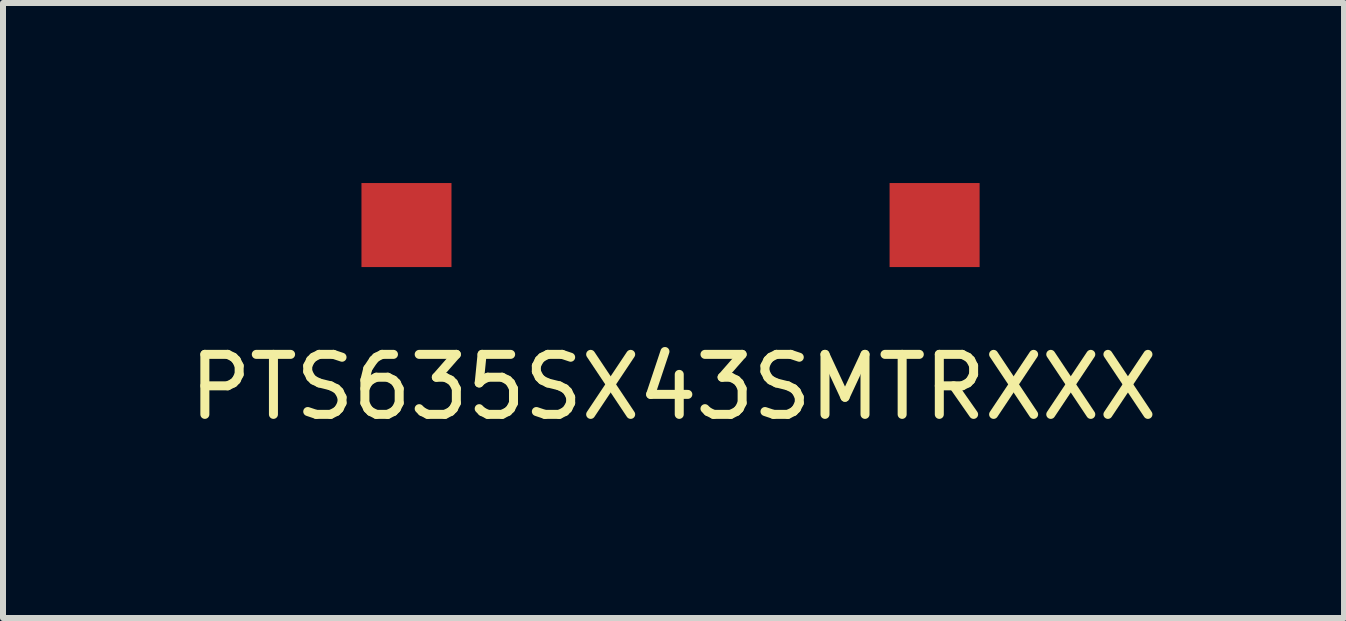
<source format=kicad_pcb>
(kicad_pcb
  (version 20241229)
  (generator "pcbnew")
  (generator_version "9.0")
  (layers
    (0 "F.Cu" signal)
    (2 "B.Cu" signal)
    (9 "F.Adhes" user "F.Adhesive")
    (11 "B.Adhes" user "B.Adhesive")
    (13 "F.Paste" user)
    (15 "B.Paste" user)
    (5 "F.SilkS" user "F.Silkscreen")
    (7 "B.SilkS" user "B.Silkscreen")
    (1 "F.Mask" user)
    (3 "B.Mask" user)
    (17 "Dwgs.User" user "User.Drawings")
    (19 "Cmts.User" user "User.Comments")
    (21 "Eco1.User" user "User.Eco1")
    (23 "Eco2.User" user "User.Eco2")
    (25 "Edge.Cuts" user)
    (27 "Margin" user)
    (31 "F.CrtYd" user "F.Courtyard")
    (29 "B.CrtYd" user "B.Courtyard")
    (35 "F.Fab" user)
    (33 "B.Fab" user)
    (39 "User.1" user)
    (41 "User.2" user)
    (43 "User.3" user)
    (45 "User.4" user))
  (footprint "PTS635SX43SMTRXXX"
    (layer "F.Cu")
    (at 8.123 0.7)
    (property "Reference" "PTS635SX43SMTRXXX" (at 0.05 2.7 0) (layer "F.SilkS") (effects (font (size 1 1) (thickness 0.15))))
    (attr through_hole)
    (pad "1" smd rect (at -4.4 0) (size 1.5 1.4) (layers "F.Cu" "F.Mask" "F.Paste"))
    (pad "2" smd rect (at 4.4 0) (size 1.5 1.4) (layers "F.Cu" "F.Mask" "F.Paste")))
  (gr_rect
    (start -3 -3)
    (end 19.345 7.248)
    (stroke (width 0.1) (type default))
    (fill no)
    (layer "Edge.Cuts")))
</source>
